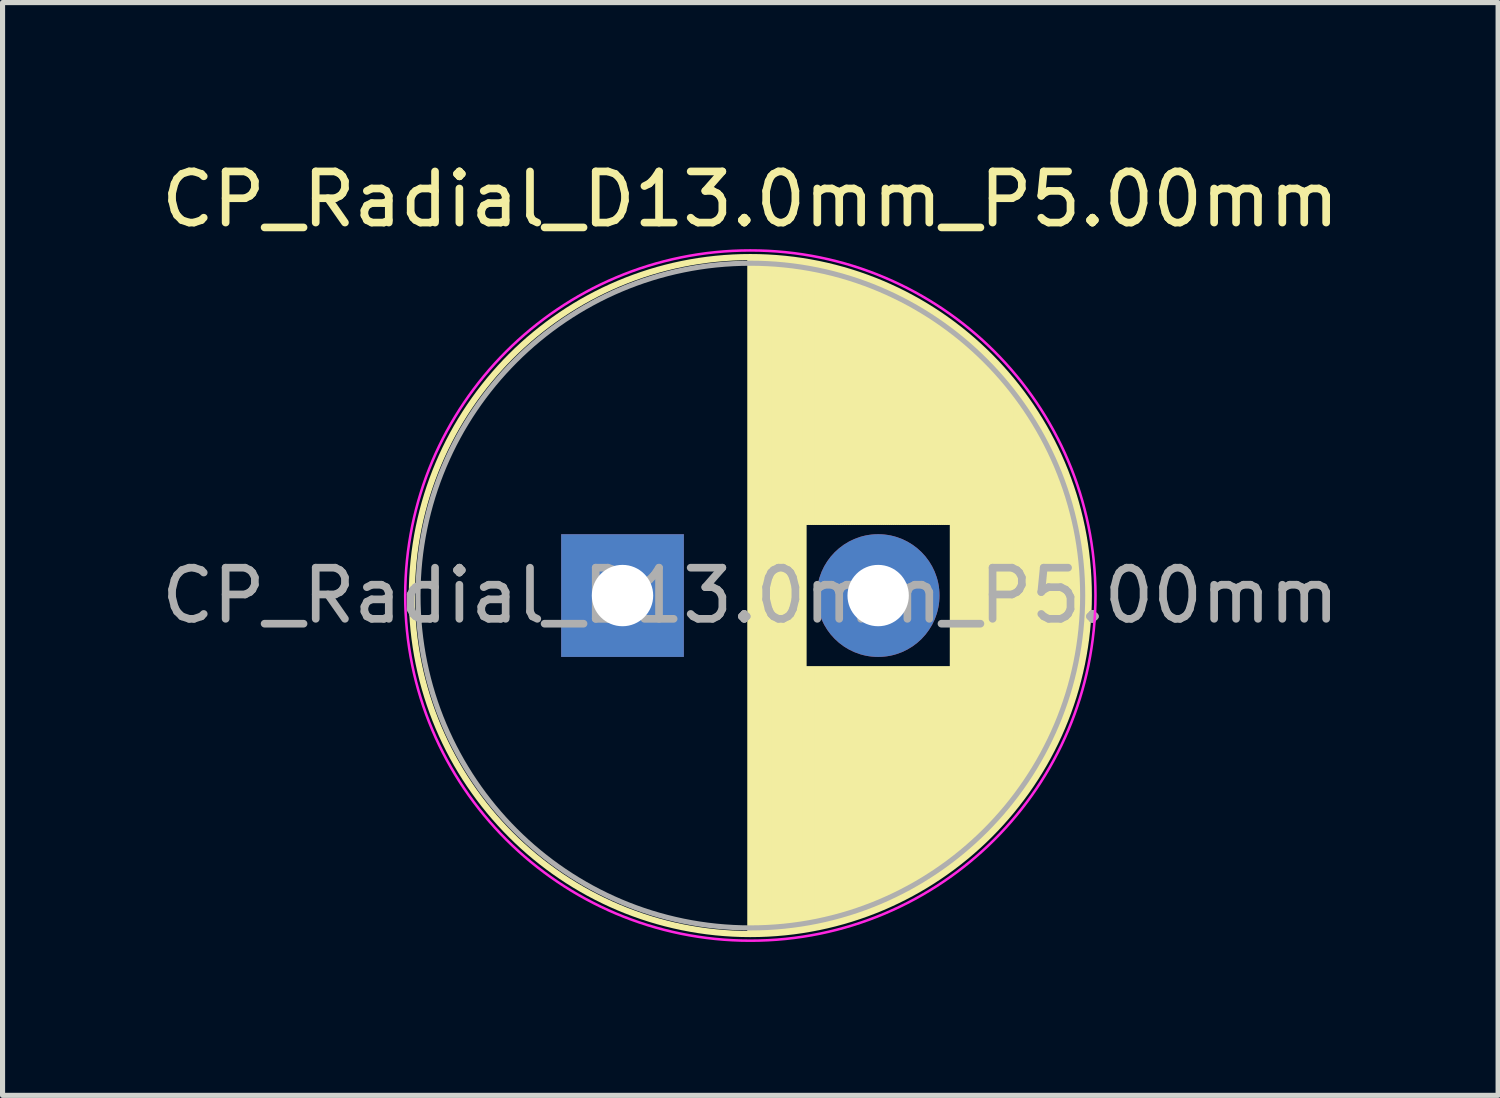
<source format=kicad_pcb>
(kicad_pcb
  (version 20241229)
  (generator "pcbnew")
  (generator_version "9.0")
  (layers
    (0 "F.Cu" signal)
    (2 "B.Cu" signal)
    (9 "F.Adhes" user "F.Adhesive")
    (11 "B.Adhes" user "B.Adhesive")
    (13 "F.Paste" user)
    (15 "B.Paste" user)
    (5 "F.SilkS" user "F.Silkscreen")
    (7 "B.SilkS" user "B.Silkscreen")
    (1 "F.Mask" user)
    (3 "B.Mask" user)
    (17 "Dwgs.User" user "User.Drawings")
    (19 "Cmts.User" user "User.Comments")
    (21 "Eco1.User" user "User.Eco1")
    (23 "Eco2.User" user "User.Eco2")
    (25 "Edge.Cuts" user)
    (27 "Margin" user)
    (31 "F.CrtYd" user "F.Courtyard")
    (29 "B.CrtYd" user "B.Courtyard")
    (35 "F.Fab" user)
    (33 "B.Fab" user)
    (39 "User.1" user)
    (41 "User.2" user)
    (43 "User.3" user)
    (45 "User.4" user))
  (footprint "CP_Radial_D13.0mm_P5.00mm"
    (layer "F.Cu")
    (at 9.125 8.598)
    (property "Reference" "CP_Radial_D13.0mm_P5.00mm" (at 2.5 -7.75 0) (layer "F.SilkS") (effects (font (size 1 1) (thickness 0.15))))
    (attr through_hole)
    (fp_line (start 2.5 -6.58) (end 2.5 6.58) (stroke (width 0.12) (type solid)) (layer "F.SilkS"))
    (fp_line (start 2.54 -6.58) (end 2.54 6.58) (stroke (width 0.12) (type solid)) (layer "F.SilkS"))
    (fp_line (start 2.58 -6.58) (end 2.58 6.58) (stroke (width 0.12) (type solid)) (layer "F.SilkS"))
    (fp_line (start 2.62 -6.579) (end 2.62 6.579) (stroke (width 0.12) (type solid)) (layer "F.SilkS"))
    (fp_line (start 2.66 -6.579) (end 2.66 6.579) (stroke (width 0.12) (type solid)) (layer "F.SilkS"))
    (fp_line (start 2.7 -6.577) (end 2.7 6.577) (stroke (width 0.12) (type solid)) (layer "F.SilkS"))
    (fp_line (start 2.74 -6.576) (end 2.74 6.576) (stroke (width 0.12) (type solid)) (layer "F.SilkS"))
    (fp_line (start 2.78 -6.575) (end 2.78 6.575) (stroke (width 0.12) (type solid)) (layer "F.SilkS"))
    (fp_line (start 2.82 -6.573) (end 2.82 6.573) (stroke (width 0.12) (type solid)) (layer "F.SilkS"))
    (fp_line (start 2.86 -6.571) (end 2.86 6.571) (stroke (width 0.12) (type solid)) (layer "F.SilkS"))
    (fp_line (start 2.9 -6.568) (end 2.9 6.568) (stroke (width 0.12) (type solid)) (layer "F.SilkS"))
    (fp_line (start 2.94 -6.566) (end 2.94 6.566) (stroke (width 0.12) (type solid)) (layer "F.SilkS"))
    (fp_line (start 2.98 -6.563) (end 2.98 6.563) (stroke (width 0.12) (type solid)) (layer "F.SilkS"))
    (fp_line (start 3.02 -6.56) (end 3.02 6.56) (stroke (width 0.12) (type solid)) (layer "F.SilkS"))
    (fp_line (start 3.06 -6.557) (end 3.06 6.557) (stroke (width 0.12) (type solid)) (layer "F.SilkS"))
    (fp_line (start 3.1 -6.553) (end 3.1 6.553) (stroke (width 0.12) (type solid)) (layer "F.SilkS"))
    (fp_line (start 3.14 -6.549) (end 3.14 6.549) (stroke (width 0.12) (type solid)) (layer "F.SilkS"))
    (fp_line (start 3.18 -6.545) (end 3.18 6.545) (stroke (width 0.12) (type solid)) (layer "F.SilkS"))
    (fp_line (start 3.221 -6.541) (end 3.221 6.541) (stroke (width 0.12) (type solid)) (layer "F.SilkS"))
    (fp_line (start 3.261 -6.537) (end 3.261 6.537) (stroke (width 0.12) (type solid)) (layer "F.SilkS"))
    (fp_line (start 3.301 -6.532) (end 3.301 6.532) (stroke (width 0.12) (type solid)) (layer "F.SilkS"))
    (fp_line (start 3.341 -6.527) (end 3.341 6.527) (stroke (width 0.12) (type solid)) (layer "F.SilkS"))
    (fp_line (start 3.381 -6.522) (end 3.381 6.522) (stroke (width 0.12) (type solid)) (layer "F.SilkS"))
    (fp_line (start 3.421 -6.516) (end 3.421 6.516) (stroke (width 0.12) (type solid)) (layer "F.SilkS"))
    (fp_line (start 3.461 -6.511) (end 3.461 6.511) (stroke (width 0.12) (type solid)) (layer "F.SilkS"))
    (fp_line (start 3.501 -6.505) (end 3.501 6.505) (stroke (width 0.12) (type solid)) (layer "F.SilkS"))
    (fp_line (start 3.541 -6.498) (end 3.541 6.498) (stroke (width 0.12) (type solid)) (layer "F.SilkS"))
    (fp_line (start 3.581 -6.492) (end 3.581 -1.44) (stroke (width 0.12) (type solid)) (layer "F.SilkS"))
    (fp_line (start 3.581 1.44) (end 3.581 6.492) (stroke (width 0.12) (type solid)) (layer "F.SilkS"))
    (fp_line (start 3.621 -6.485) (end 3.621 -1.44) (stroke (width 0.12) (type solid)) (layer "F.SilkS"))
    (fp_line (start 3.621 1.44) (end 3.621 6.485) (stroke (width 0.12) (type solid)) (layer "F.SilkS"))
    (fp_line (start 3.661 -6.478) (end 3.661 -1.44) (stroke (width 0.12) (type solid)) (layer "F.SilkS"))
    (fp_line (start 3.661 1.44) (end 3.661 6.478) (stroke (width 0.12) (type solid)) (layer "F.SilkS"))
    (fp_line (start 3.701 -6.471) (end 3.701 -1.44) (stroke (width 0.12) (type solid)) (layer "F.SilkS"))
    (fp_line (start 3.701 1.44) (end 3.701 6.471) (stroke (width 0.12) (type solid)) (layer "F.SilkS"))
    (fp_line (start 3.741 -6.463) (end 3.741 -1.44) (stroke (width 0.12) (type solid)) (layer "F.SilkS"))
    (fp_line (start 3.741 1.44) (end 3.741 6.463) (stroke (width 0.12) (type solid)) (layer "F.SilkS"))
    (fp_line (start 3.781 -6.456) (end 3.781 -1.44) (stroke (width 0.12) (type solid)) (layer "F.SilkS"))
    (fp_line (start 3.781 1.44) (end 3.781 6.456) (stroke (width 0.12) (type solid)) (layer "F.SilkS"))
    (fp_line (start 3.821 -6.448) (end 3.821 -1.44) (stroke (width 0.12) (type solid)) (layer "F.SilkS"))
    (fp_line (start 3.821 1.44) (end 3.821 6.448) (stroke (width 0.12) (type solid)) (layer "F.SilkS"))
    (fp_line (start 3.861 -6.439) (end 3.861 -1.44) (stroke (width 0.12) (type solid)) (layer "F.SilkS"))
    (fp_line (start 3.861 1.44) (end 3.861 6.439) (stroke (width 0.12) (type solid)) (layer "F.SilkS"))
    (fp_line (start 3.901 -6.431) (end 3.901 -1.44) (stroke (width 0.12) (type solid)) (layer "F.SilkS"))
    (fp_line (start 3.901 1.44) (end 3.901 6.431) (stroke (width 0.12) (type solid)) (layer "F.SilkS"))
    (fp_line (start 3.941 -6.422) (end 3.941 -1.44) (stroke (width 0.12) (type solid)) (layer "F.SilkS"))
    (fp_line (start 3.941 1.44) (end 3.941 6.422) (stroke (width 0.12) (type solid)) (layer "F.SilkS"))
    (fp_line (start 3.981 -6.413) (end 3.981 -1.44) (stroke (width 0.12) (type solid)) (layer "F.SilkS"))
    (fp_line (start 3.981 1.44) (end 3.981 6.413) (stroke (width 0.12) (type solid)) (layer "F.SilkS"))
    (fp_line (start 4.021 -6.404) (end 4.021 -1.44) (stroke (width 0.12) (type solid)) (layer "F.SilkS"))
    (fp_line (start 4.021 1.44) (end 4.021 6.404) (stroke (width 0.12) (type solid)) (layer "F.SilkS"))
    (fp_line (start 4.061 -6.394) (end 4.061 -1.44) (stroke (width 0.12) (type solid)) (layer "F.SilkS"))
    (fp_line (start 4.061 1.44) (end 4.061 6.394) (stroke (width 0.12) (type solid)) (layer "F.SilkS"))
    (fp_line (start 4.101 -6.384) (end 4.101 -1.44) (stroke (width 0.12) (type solid)) (layer "F.SilkS"))
    (fp_line (start 4.101 1.44) (end 4.101 6.384) (stroke (width 0.12) (type solid)) (layer "F.SilkS"))
    (fp_line (start 4.141 -6.374) (end 4.141 -1.44) (stroke (width 0.12) (type solid)) (layer "F.SilkS"))
    (fp_line (start 4.141 1.44) (end 4.141 6.374) (stroke (width 0.12) (type solid)) (layer "F.SilkS"))
    (fp_line (start 4.181 -6.364) (end 4.181 -1.44) (stroke (width 0.12) (type solid)) (layer "F.SilkS"))
    (fp_line (start 4.181 1.44) (end 4.181 6.364) (stroke (width 0.12) (type solid)) (layer "F.SilkS"))
    (fp_line (start 4.221 -6.353) (end 4.221 -1.44) (stroke (width 0.12) (type solid)) (layer "F.SilkS"))
    (fp_line (start 4.221 1.44) (end 4.221 6.353) (stroke (width 0.12) (type solid)) (layer "F.SilkS"))
    (fp_line (start 4.261 -6.342) (end 4.261 -1.44) (stroke (width 0.12) (type solid)) (layer "F.SilkS"))
    (fp_line (start 4.261 1.44) (end 4.261 6.342) (stroke (width 0.12) (type solid)) (layer "F.SilkS"))
    (fp_line (start 4.301 -6.331) (end 4.301 -1.44) (stroke (width 0.12) (type solid)) (layer "F.SilkS"))
    (fp_line (start 4.301 1.44) (end 4.301 6.331) (stroke (width 0.12) (type solid)) (layer "F.SilkS"))
    (fp_line (start 4.341 -6.32) (end 4.341 -1.44) (stroke (width 0.12) (type solid)) (layer "F.SilkS"))
    (fp_line (start 4.341 1.44) (end 4.341 6.32) (stroke (width 0.12) (type solid)) (layer "F.SilkS"))
    (fp_line (start 4.381 -6.308) (end 4.381 -1.44) (stroke (width 0.12) (type solid)) (layer "F.SilkS"))
    (fp_line (start 4.381 1.44) (end 4.381 6.308) (stroke (width 0.12) (type solid)) (layer "F.SilkS"))
    (fp_line (start 4.421 -6.296) (end 4.421 -1.44) (stroke (width 0.12) (type solid)) (layer "F.SilkS"))
    (fp_line (start 4.421 1.44) (end 4.421 6.296) (stroke (width 0.12) (type solid)) (layer "F.SilkS"))
    (fp_line (start 4.461 -6.284) (end 4.461 -1.44) (stroke (width 0.12) (type solid)) (layer "F.SilkS"))
    (fp_line (start 4.461 1.44) (end 4.461 6.284) (stroke (width 0.12) (type solid)) (layer "F.SilkS"))
    (fp_line (start 4.501 -6.271) (end 4.501 -1.44) (stroke (width 0.12) (type solid)) (layer "F.SilkS"))
    (fp_line (start 4.501 1.44) (end 4.501 6.271) (stroke (width 0.12) (type solid)) (layer "F.SilkS"))
    (fp_line (start 4.541 -6.258) (end 4.541 -1.44) (stroke (width 0.12) (type solid)) (layer "F.SilkS"))
    (fp_line (start 4.541 1.44) (end 4.541 6.258) (stroke (width 0.12) (type solid)) (layer "F.SilkS"))
    (fp_line (start 4.581 -6.245) (end 4.581 -1.44) (stroke (width 0.12) (type solid)) (layer "F.SilkS"))
    (fp_line (start 4.581 1.44) (end 4.581 6.245) (stroke (width 0.12) (type solid)) (layer "F.SilkS"))
    (fp_line (start 4.621 -6.232) (end 4.621 -1.44) (stroke (width 0.12) (type solid)) (layer "F.SilkS"))
    (fp_line (start 4.621 1.44) (end 4.621 6.232) (stroke (width 0.12) (type solid)) (layer "F.SilkS"))
    (fp_line (start 4.661 -6.218) (end 4.661 -1.44) (stroke (width 0.12) (type solid)) (layer "F.SilkS"))
    (fp_line (start 4.661 1.44) (end 4.661 6.218) (stroke (width 0.12) (type solid)) (layer "F.SilkS"))
    (fp_line (start 4.701 -6.204) (end 4.701 -1.44) (stroke (width 0.12) (type solid)) (layer "F.SilkS"))
    (fp_line (start 4.701 1.44) (end 4.701 6.204) (stroke (width 0.12) (type solid)) (layer "F.SilkS"))
    (fp_line (start 4.741 -6.19) (end 4.741 -1.44) (stroke (width 0.12) (type solid)) (layer "F.SilkS"))
    (fp_line (start 4.741 1.44) (end 4.741 6.19) (stroke (width 0.12) (type solid)) (layer "F.SilkS"))
    (fp_line (start 4.781 -6.175) (end 4.781 -1.44) (stroke (width 0.12) (type solid)) (layer "F.SilkS"))
    (fp_line (start 4.781 1.44) (end 4.781 6.175) (stroke (width 0.12) (type solid)) (layer "F.SilkS"))
    (fp_line (start 4.821 -6.161) (end 4.821 -1.44) (stroke (width 0.12) (type solid)) (layer "F.SilkS"))
    (fp_line (start 4.821 1.44) (end 4.821 6.161) (stroke (width 0.12) (type solid)) (layer "F.SilkS"))
    (fp_line (start 4.861 -6.146) (end 4.861 -1.44) (stroke (width 0.12) (type solid)) (layer "F.SilkS"))
    (fp_line (start 4.861 1.44) (end 4.861 6.146) (stroke (width 0.12) (type solid)) (layer "F.SilkS"))
    (fp_line (start 4.901 -6.13) (end 4.901 -1.44) (stroke (width 0.12) (type solid)) (layer "F.SilkS"))
    (fp_line (start 4.901 1.44) (end 4.901 6.13) (stroke (width 0.12) (type solid)) (layer "F.SilkS"))
    (fp_line (start 4.941 -6.114) (end 4.941 -1.44) (stroke (width 0.12) (type solid)) (layer "F.SilkS"))
    (fp_line (start 4.941 1.44) (end 4.941 6.114) (stroke (width 0.12) (type solid)) (layer "F.SilkS"))
    (fp_line (start 4.981 -6.098) (end 4.981 -1.44) (stroke (width 0.12) (type solid)) (layer "F.SilkS"))
    (fp_line (start 4.981 1.44) (end 4.981 6.098) (stroke (width 0.12) (type solid)) (layer "F.SilkS"))
    (fp_line (start 5.021 -6.082) (end 5.021 -1.44) (stroke (width 0.12) (type solid)) (layer "F.SilkS"))
    (fp_line (start 5.021 1.44) (end 5.021 6.082) (stroke (width 0.12) (type solid)) (layer "F.SilkS"))
    (fp_line (start 5.061 -6.065) (end 5.061 -1.44) (stroke (width 0.12) (type solid)) (layer "F.SilkS"))
    (fp_line (start 5.061 1.44) (end 5.061 6.065) (stroke (width 0.12) (type solid)) (layer "F.SilkS"))
    (fp_line (start 5.101 -6.049) (end 5.101 -1.44) (stroke (width 0.12) (type solid)) (layer "F.SilkS"))
    (fp_line (start 5.101 1.44) (end 5.101 6.049) (stroke (width 0.12) (type solid)) (layer "F.SilkS"))
    (fp_line (start 5.141 -6.031) (end 5.141 -1.44) (stroke (width 0.12) (type solid)) (layer "F.SilkS"))
    (fp_line (start 5.141 1.44) (end 5.141 6.031) (stroke (width 0.12) (type solid)) (layer "F.SilkS"))
    (fp_line (start 5.181 -6.014) (end 5.181 -1.44) (stroke (width 0.12) (type solid)) (layer "F.SilkS"))
    (fp_line (start 5.181 1.44) (end 5.181 6.014) (stroke (width 0.12) (type solid)) (layer "F.SilkS"))
    (fp_line (start 5.221 -5.996) (end 5.221 -1.44) (stroke (width 0.12) (type solid)) (layer "F.SilkS"))
    (fp_line (start 5.221 1.44) (end 5.221 5.996) (stroke (width 0.12) (type solid)) (layer "F.SilkS"))
    (fp_line (start 5.261 -5.978) (end 5.261 -1.44) (stroke (width 0.12) (type solid)) (layer "F.SilkS"))
    (fp_line (start 5.261 1.44) (end 5.261 5.978) (stroke (width 0.12) (type solid)) (layer "F.SilkS"))
    (fp_line (start 5.301 -5.959) (end 5.301 -1.44) (stroke (width 0.12) (type solid)) (layer "F.SilkS"))
    (fp_line (start 5.301 1.44) (end 5.301 5.959) (stroke (width 0.12) (type solid)) (layer "F.SilkS"))
    (fp_line (start 5.341 -5.94) (end 5.341 -1.44) (stroke (width 0.12) (type solid)) (layer "F.SilkS"))
    (fp_line (start 5.341 1.44) (end 5.341 5.94) (stroke (width 0.12) (type solid)) (layer "F.SilkS"))
    (fp_line (start 5.381 -5.921) (end 5.381 -1.44) (stroke (width 0.12) (type solid)) (layer "F.SilkS"))
    (fp_line (start 5.381 1.44) (end 5.381 5.921) (stroke (width 0.12) (type solid)) (layer "F.SilkS"))
    (fp_line (start 5.421 -5.902) (end 5.421 -1.44) (stroke (width 0.12) (type solid)) (layer "F.SilkS"))
    (fp_line (start 5.421 1.44) (end 5.421 5.902) (stroke (width 0.12) (type solid)) (layer "F.SilkS"))
    (fp_line (start 5.461 -5.882) (end 5.461 -1.44) (stroke (width 0.12) (type solid)) (layer "F.SilkS"))
    (fp_line (start 5.461 1.44) (end 5.461 5.882) (stroke (width 0.12) (type solid)) (layer "F.SilkS"))
    (fp_line (start 5.501 -5.862) (end 5.501 -1.44) (stroke (width 0.12) (type solid)) (layer "F.SilkS"))
    (fp_line (start 5.501 1.44) (end 5.501 5.862) (stroke (width 0.12) (type solid)) (layer "F.SilkS"))
    (fp_line (start 5.541 -5.841) (end 5.541 -1.44) (stroke (width 0.12) (type solid)) (layer "F.SilkS"))
    (fp_line (start 5.541 1.44) (end 5.541 5.841) (stroke (width 0.12) (type solid)) (layer "F.SilkS"))
    (fp_line (start 5.581 -5.82) (end 5.581 -1.44) (stroke (width 0.12) (type solid)) (layer "F.SilkS"))
    (fp_line (start 5.581 1.44) (end 5.581 5.82) (stroke (width 0.12) (type solid)) (layer "F.SilkS"))
    (fp_line (start 5.621 -5.799) (end 5.621 -1.44) (stroke (width 0.12) (type solid)) (layer "F.SilkS"))
    (fp_line (start 5.621 1.44) (end 5.621 5.799) (stroke (width 0.12) (type solid)) (layer "F.SilkS"))
    (fp_line (start 5.661 -5.778) (end 5.661 -1.44) (stroke (width 0.12) (type solid)) (layer "F.SilkS"))
    (fp_line (start 5.661 1.44) (end 5.661 5.778) (stroke (width 0.12) (type solid)) (layer "F.SilkS"))
    (fp_line (start 5.701 -5.756) (end 5.701 -1.44) (stroke (width 0.12) (type solid)) (layer "F.SilkS"))
    (fp_line (start 5.701 1.44) (end 5.701 5.756) (stroke (width 0.12) (type solid)) (layer "F.SilkS"))
    (fp_line (start 5.741 -5.733) (end 5.741 -1.44) (stroke (width 0.12) (type solid)) (layer "F.SilkS"))
    (fp_line (start 5.741 1.44) (end 5.741 5.733) (stroke (width 0.12) (type solid)) (layer "F.SilkS"))
    (fp_line (start 5.781 -5.711) (end 5.781 -1.44) (stroke (width 0.12) (type solid)) (layer "F.SilkS"))
    (fp_line (start 5.781 1.44) (end 5.781 5.711) (stroke (width 0.12) (type solid)) (layer "F.SilkS"))
    (fp_line (start 5.821 -5.688) (end 5.821 -1.44) (stroke (width 0.12) (type solid)) (layer "F.SilkS"))
    (fp_line (start 5.821 1.44) (end 5.821 5.688) (stroke (width 0.12) (type solid)) (layer "F.SilkS"))
    (fp_line (start 5.861 -5.664) (end 5.861 -1.44) (stroke (width 0.12) (type solid)) (layer "F.SilkS"))
    (fp_line (start 5.861 1.44) (end 5.861 5.664) (stroke (width 0.12) (type solid)) (layer "F.SilkS"))
    (fp_line (start 5.901 -5.641) (end 5.901 -1.44) (stroke (width 0.12) (type solid)) (layer "F.SilkS"))
    (fp_line (start 5.901 1.44) (end 5.901 5.641) (stroke (width 0.12) (type solid)) (layer "F.SilkS"))
    (fp_line (start 5.941 -5.617) (end 5.941 -1.44) (stroke (width 0.12) (type solid)) (layer "F.SilkS"))
    (fp_line (start 5.941 1.44) (end 5.941 5.617) (stroke (width 0.12) (type solid)) (layer "F.SilkS"))
    (fp_line (start 5.981 -5.592) (end 5.981 -1.44) (stroke (width 0.12) (type solid)) (layer "F.SilkS"))
    (fp_line (start 5.981 1.44) (end 5.981 5.592) (stroke (width 0.12) (type solid)) (layer "F.SilkS"))
    (fp_line (start 6.021 -5.567) (end 6.021 -1.44) (stroke (width 0.12) (type solid)) (layer "F.SilkS"))
    (fp_line (start 6.021 1.44) (end 6.021 5.567) (stroke (width 0.12) (type solid)) (layer "F.SilkS"))
    (fp_line (start 6.061 -5.542) (end 6.061 -1.44) (stroke (width 0.12) (type solid)) (layer "F.SilkS"))
    (fp_line (start 6.061 1.44) (end 6.061 5.542) (stroke (width 0.12) (type solid)) (layer "F.SilkS"))
    (fp_line (start 6.101 -5.516) (end 6.101 -1.44) (stroke (width 0.12) (type solid)) (layer "F.SilkS"))
    (fp_line (start 6.101 1.44) (end 6.101 5.516) (stroke (width 0.12) (type solid)) (layer "F.SilkS"))
    (fp_line (start 6.141 -5.49) (end 6.141 -1.44) (stroke (width 0.12) (type solid)) (layer "F.SilkS"))
    (fp_line (start 6.141 1.44) (end 6.141 5.49) (stroke (width 0.12) (type solid)) (layer "F.SilkS"))
    (fp_line (start 6.181 -5.463) (end 6.181 -1.44) (stroke (width 0.12) (type solid)) (layer "F.SilkS"))
    (fp_line (start 6.181 1.44) (end 6.181 5.463) (stroke (width 0.12) (type solid)) (layer "F.SilkS"))
    (fp_line (start 6.221 -5.436) (end 6.221 -1.44) (stroke (width 0.12) (type solid)) (layer "F.SilkS"))
    (fp_line (start 6.221 1.44) (end 6.221 5.436) (stroke (width 0.12) (type solid)) (layer "F.SilkS"))
    (fp_line (start 6.261 -5.409) (end 6.261 -1.44) (stroke (width 0.12) (type solid)) (layer "F.SilkS"))
    (fp_line (start 6.261 1.44) (end 6.261 5.409) (stroke (width 0.12) (type solid)) (layer "F.SilkS"))
    (fp_line (start 6.301 -5.381) (end 6.301 -1.44) (stroke (width 0.12) (type solid)) (layer "F.SilkS"))
    (fp_line (start 6.301 1.44) (end 6.301 5.381) (stroke (width 0.12) (type solid)) (layer "F.SilkS"))
    (fp_line (start 6.341 -5.353) (end 6.341 -1.44) (stroke (width 0.12) (type solid)) (layer "F.SilkS"))
    (fp_line (start 6.341 1.44) (end 6.341 5.353) (stroke (width 0.12) (type solid)) (layer "F.SilkS"))
    (fp_line (start 6.381 -5.324) (end 6.381 -1.44) (stroke (width 0.12) (type solid)) (layer "F.SilkS"))
    (fp_line (start 6.381 1.44) (end 6.381 5.324) (stroke (width 0.12) (type solid)) (layer "F.SilkS"))
    (fp_line (start 6.421 -5.295) (end 6.421 -1.44) (stroke (width 0.12) (type solid)) (layer "F.SilkS"))
    (fp_line (start 6.421 1.44) (end 6.421 5.295) (stroke (width 0.12) (type solid)) (layer "F.SilkS"))
    (fp_line (start 6.461 -5.265) (end 6.461 5.265) (stroke (width 0.12) (type solid)) (layer "F.SilkS"))
    (fp_line (start 6.501 -5.235) (end 6.501 5.235) (stroke (width 0.12) (type solid)) (layer "F.SilkS"))
    (fp_line (start 6.541 -5.205) (end 6.541 5.205) (stroke (width 0.12) (type solid)) (layer "F.SilkS"))
    (fp_line (start 6.581 -5.174) (end 6.581 5.174) (stroke (width 0.12) (type solid)) (layer "F.SilkS"))
    (fp_line (start 6.621 -5.142) (end 6.621 5.142) (stroke (width 0.12) (type solid)) (layer "F.SilkS"))
    (fp_line (start 6.661 -5.11) (end 6.661 5.11) (stroke (width 0.12) (type solid)) (layer "F.SilkS"))
    (fp_line (start 6.701 -5.078) (end 6.701 5.078) (stroke (width 0.12) (type solid)) (layer "F.SilkS"))
    (fp_line (start 6.741 -5.044) (end 6.741 5.044) (stroke (width 0.12) (type solid)) (layer "F.SilkS"))
    (fp_line (start 6.781 -5.011) (end 6.781 5.011) (stroke (width 0.12) (type solid)) (layer "F.SilkS"))
    (fp_line (start 6.821 -4.977) (end 6.821 4.977) (stroke (width 0.12) (type solid)) (layer "F.SilkS"))
    (fp_line (start 6.861 -4.942) (end 6.861 4.942) (stroke (width 0.12) (type solid)) (layer "F.SilkS"))
    (fp_line (start 6.901 -4.907) (end 6.901 4.907) (stroke (width 0.12) (type solid)) (layer "F.SilkS"))
    (fp_line (start 6.941 -4.871) (end 6.941 4.871) (stroke (width 0.12) (type solid)) (layer "F.SilkS"))
    (fp_line (start 6.981 -4.834) (end 6.981 4.834) (stroke (width 0.12) (type solid)) (layer "F.SilkS"))
    (fp_line (start 7.021 -4.797) (end 7.021 4.797) (stroke (width 0.12) (type solid)) (layer "F.SilkS"))
    (fp_line (start 7.061 -4.76) (end 7.061 4.76) (stroke (width 0.12) (type solid)) (layer "F.SilkS"))
    (fp_line (start 7.101 -4.721) (end 7.101 4.721) (stroke (width 0.12) (type solid)) (layer "F.SilkS"))
    (fp_line (start 7.141 -4.682) (end 7.141 4.682) (stroke (width 0.12) (type solid)) (layer "F.SilkS"))
    (fp_line (start 7.181 -4.643) (end 7.181 4.643) (stroke (width 0.12) (type solid)) (layer "F.SilkS"))
    (fp_line (start 7.221 -4.602) (end 7.221 4.602) (stroke (width 0.12) (type solid)) (layer "F.SilkS"))
    (fp_line (start 7.261 -4.561) (end 7.261 4.561) (stroke (width 0.12) (type solid)) (layer "F.SilkS"))
    (fp_line (start 7.301 -4.519) (end 7.301 4.519) (stroke (width 0.12) (type solid)) (layer "F.SilkS"))
    (fp_line (start 7.341 -4.477) (end 7.341 4.477) (stroke (width 0.12) (type solid)) (layer "F.SilkS"))
    (fp_line (start 7.381 -4.434) (end 7.381 4.434) (stroke (width 0.12) (type solid)) (layer "F.SilkS"))
    (fp_line (start 7.421 -4.39) (end 7.421 4.39) (stroke (width 0.12) (type solid)) (layer "F.SilkS"))
    (fp_line (start 7.461 -4.345) (end 7.461 4.345) (stroke (width 0.12) (type solid)) (layer "F.SilkS"))
    (fp_line (start 7.501 -4.299) (end 7.501 4.299) (stroke (width 0.12) (type solid)) (layer "F.SilkS"))
    (fp_line (start 7.541 -4.253) (end 7.541 4.253) (stroke (width 0.12) (type solid)) (layer "F.SilkS"))
    (fp_line (start 7.581 -4.205) (end 7.581 4.205) (stroke (width 0.12) (type solid)) (layer "F.SilkS"))
    (fp_line (start 7.621 -4.157) (end 7.621 4.157) (stroke (width 0.12) (type solid)) (layer "F.SilkS"))
    (fp_line (start 7.661 -4.108) (end 7.661 4.108) (stroke (width 0.12) (type solid)) (layer "F.SilkS"))
    (fp_line (start 7.701 -4.057) (end 7.701 4.057) (stroke (width 0.12) (type solid)) (layer "F.SilkS"))
    (fp_line (start 7.741 -4.006) (end 7.741 4.006) (stroke (width 0.12) (type solid)) (layer "F.SilkS"))
    (fp_line (start 7.781 -3.954) (end 7.781 3.954) (stroke (width 0.12) (type solid)) (layer "F.SilkS"))
    (fp_line (start 7.821 -3.9) (end 7.821 3.9) (stroke (width 0.12) (type solid)) (layer "F.SilkS"))
    (fp_line (start 7.861 -3.846) (end 7.861 3.846) (stroke (width 0.12) (type solid)) (layer "F.SilkS"))
    (fp_line (start 7.901 -3.79) (end 7.901 3.79) (stroke (width 0.12) (type solid)) (layer "F.SilkS"))
    (fp_line (start 7.941 -3.733) (end 7.941 3.733) (stroke (width 0.12) (type solid)) (layer "F.SilkS"))
    (fp_line (start 7.981 -3.675) (end 7.981 3.675) (stroke (width 0.12) (type solid)) (layer "F.SilkS"))
    (fp_line (start 8.021 -3.615) (end 8.021 3.615) (stroke (width 0.12) (type solid)) (layer "F.SilkS"))
    (fp_line (start 8.061 -3.554) (end 8.061 3.554) (stroke (width 0.12) (type solid)) (layer "F.SilkS"))
    (fp_line (start 8.101 -3.491) (end 8.101 3.491) (stroke (width 0.12) (type solid)) (layer "F.SilkS"))
    (fp_line (start 8.141 -3.427) (end 8.141 3.427) (stroke (width 0.12) (type solid)) (layer "F.SilkS"))
    (fp_line (start 8.181 -3.361) (end 8.181 3.361) (stroke (width 0.12) (type solid)) (layer "F.SilkS"))
    (fp_line (start 8.221 -3.293) (end 8.221 3.293) (stroke (width 0.12) (type solid)) (layer "F.SilkS"))
    (fp_line (start 8.261 -3.223) (end 8.261 3.223) (stroke (width 0.12) (type solid)) (layer "F.SilkS"))
    (fp_line (start 8.301 -3.152) (end 8.301 3.152) (stroke (width 0.12) (type solid)) (layer "F.SilkS"))
    (fp_line (start 8.341 -3.078) (end 8.341 3.078) (stroke (width 0.12) (type solid)) (layer "F.SilkS"))
    (fp_line (start 8.381 -3.002) (end 8.381 3.002) (stroke (width 0.12) (type solid)) (layer "F.SilkS"))
    (fp_line (start 8.421 -2.923) (end 8.421 2.923) (stroke (width 0.12) (type solid)) (layer "F.SilkS"))
    (fp_line (start 8.461 -2.842) (end 8.461 2.842) (stroke (width 0.12) (type solid)) (layer "F.SilkS"))
    (fp_line (start 8.501 -2.758) (end 8.501 2.758) (stroke (width 0.12) (type solid)) (layer "F.SilkS"))
    (fp_line (start 8.541 -2.67) (end 8.541 2.67) (stroke (width 0.12) (type solid)) (layer "F.SilkS"))
    (fp_line (start 8.581 -2.579) (end 8.581 2.579) (stroke (width 0.12) (type solid)) (layer "F.SilkS"))
    (fp_line (start 8.621 -2.484) (end 8.621 2.484) (stroke (width 0.12) (type solid)) (layer "F.SilkS"))
    (fp_line (start 8.661 -2.385) (end 8.661 2.385) (stroke (width 0.12) (type solid)) (layer "F.SilkS"))
    (fp_line (start 8.701 -2.281) (end 8.701 2.281) (stroke (width 0.12) (type solid)) (layer "F.SilkS"))
    (fp_line (start 8.741 -2.171) (end 8.741 2.171) (stroke (width 0.12) (type solid)) (layer "F.SilkS"))
    (fp_line (start 8.781 -2.055) (end 8.781 2.055) (stroke (width 0.12) (type solid)) (layer "F.SilkS"))
    (fp_line (start 8.821 -1.931) (end 8.821 1.931) (stroke (width 0.12) (type solid)) (layer "F.SilkS"))
    (fp_line (start 8.861 -1.798) (end 8.861 1.798) (stroke (width 0.12) (type solid)) (layer "F.SilkS"))
    (fp_line (start 8.901 -1.653) (end 8.901 1.653) (stroke (width 0.12) (type solid)) (layer "F.SilkS"))
    (fp_line (start 8.941 -1.494) (end 8.941 1.494) (stroke (width 0.12) (type solid)) (layer "F.SilkS"))
    (fp_line (start 8.981 -1.315) (end 8.981 1.315) (stroke (width 0.12) (type solid)) (layer "F.SilkS"))
    (fp_line (start 9.021 -1.107) (end 9.021 1.107) (stroke (width 0.12) (type solid)) (layer "F.SilkS"))
    (fp_line (start 9.061 -0.85) (end 9.061 0.85) (stroke (width 0.12) (type solid)) (layer "F.SilkS"))
    (fp_line (start 9.101 -0.475) (end 9.101 0.475) (stroke (width 0.12) (type solid)) (layer "F.SilkS"))
    (fp_circle (center 2.5 0) (end 9.12 0) (stroke (width 0.12) (type solid)) (fill no) (layer "F.SilkS"))
    (fp_circle (center 2.5 0) (end 9.25 0) (stroke (width 0.05) (type solid)) (fill no) (layer "F.CrtYd"))
    (fp_circle (center 2.5 0) (end 9 0) (stroke (width 0.1) (type solid)) (fill no) (layer "F.Fab"))
    (fp_text user "${REFERENCE}" (at 2.5 0 0) (layer "F.Fab") (effects (font (size 1 1) (thickness 0.15))))
    (pad "1" thru_hole rect (at 0 0) (size 2.4 2.4) (drill 1.2) (layers "*.Cu" "*.Mask"))
    (pad "2" thru_hole circle (at 5 0) (size 2.4 2.4) (drill 1.2) (layers "*.Cu" "*.Mask")))
  (gr_rect
    (start -3 -3)
    (end 26.25 18.373)
    (stroke (width 0.1) (type default))
    (fill no)
    (layer "Edge.Cuts")))
</source>
